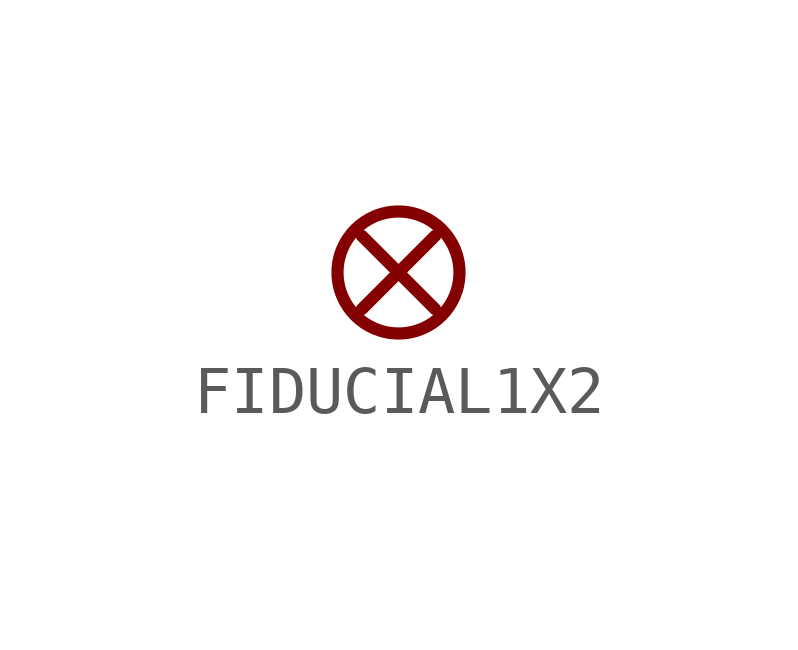
<source format=kicad_sym>
(kicad_symbol_lib
  (version 20211014)
  (generator kicad_symbol_editor)
  (symbol "FIDUCIAL1X2"
    (property "Reference" "FD"
      (at 0 0 0)
      (effects (font (size 1.27 1.27)) hide))
    (property "ki_locked" ""
      (at 0 0 0)
      (effects (font (size 1.27 1.27))))
    (symbol "FIDUCIAL1X2_1_0"
      (polyline (pts (xy -0.762 0.762) (xy 0.762 -0.762)) (stroke (width 0.254) (type default) (color 0 0 0 0)) (fill (type none)))
      (polyline (pts (xy 0.762 0.762) (xy -0.762 -0.762)) (stroke (width 0.254) (type default) (color 0 0 0 0)) (fill (type none)))
      (circle (center 0 0) (radius 1.27) (stroke (width 0.254) (type default) (color 0 0 0 0)) (fill (type none))))))
</source>
